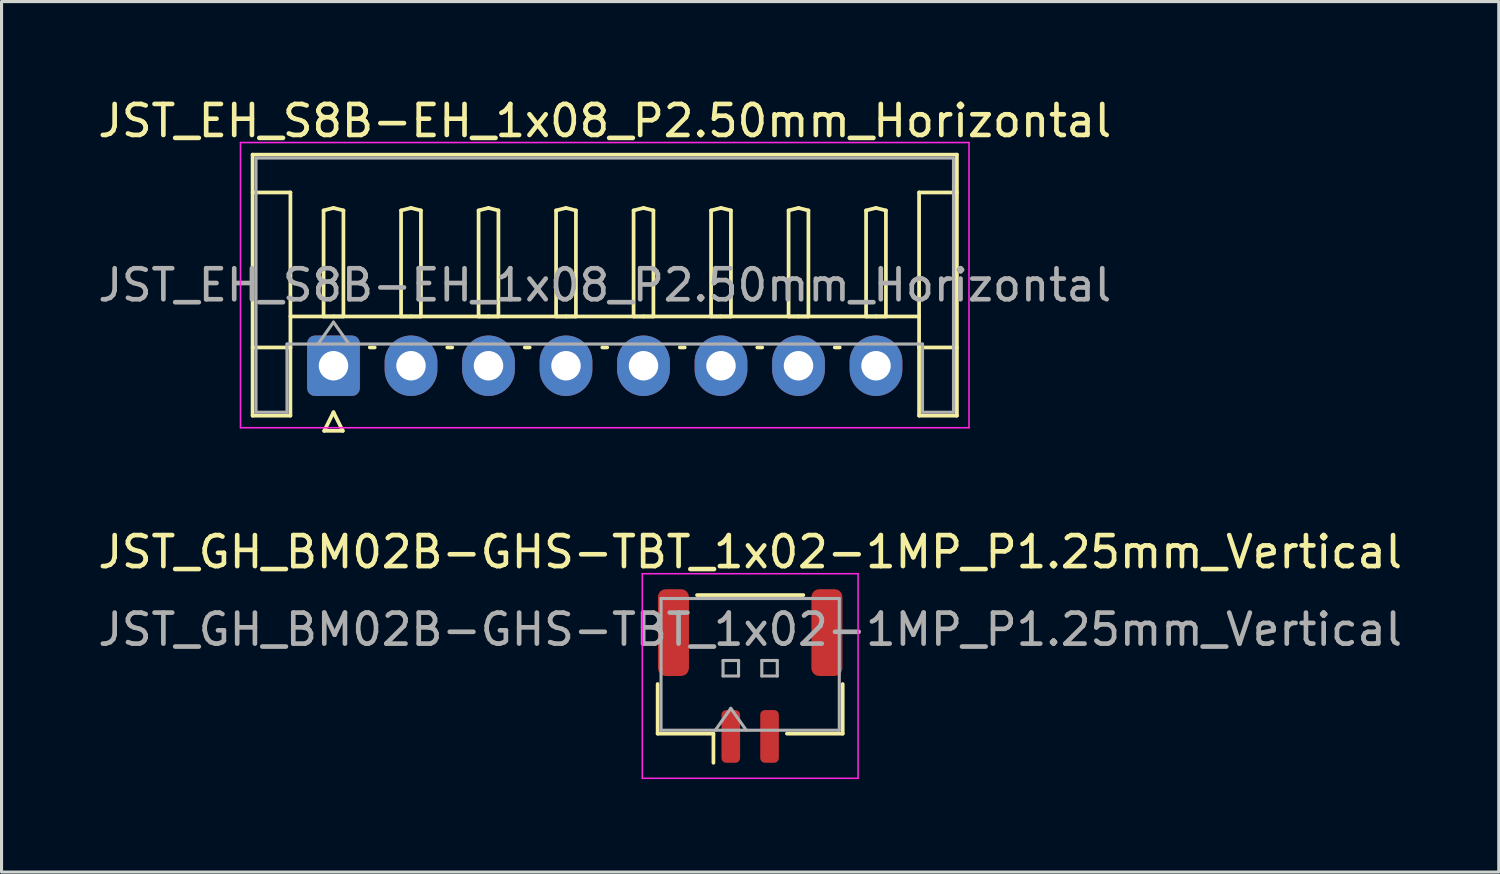
<source format=kicad_pcb>
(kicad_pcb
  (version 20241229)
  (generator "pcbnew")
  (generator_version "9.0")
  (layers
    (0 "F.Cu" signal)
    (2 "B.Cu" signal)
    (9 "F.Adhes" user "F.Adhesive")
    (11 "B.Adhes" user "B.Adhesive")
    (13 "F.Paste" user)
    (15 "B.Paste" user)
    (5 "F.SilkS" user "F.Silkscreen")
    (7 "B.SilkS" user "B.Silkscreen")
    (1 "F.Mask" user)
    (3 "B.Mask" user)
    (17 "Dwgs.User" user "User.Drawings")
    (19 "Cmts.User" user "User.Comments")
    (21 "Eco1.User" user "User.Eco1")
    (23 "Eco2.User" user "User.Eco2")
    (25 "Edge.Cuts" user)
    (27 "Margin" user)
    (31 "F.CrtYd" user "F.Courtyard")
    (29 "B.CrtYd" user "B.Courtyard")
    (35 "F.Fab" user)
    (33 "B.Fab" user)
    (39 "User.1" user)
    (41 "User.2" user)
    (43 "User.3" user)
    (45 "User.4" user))
  (footprint "JST_GH_BM02B-GHS-TBT_1x02-1MP_P1.25mm_Vertical"
    (layer "F.Cu")
    (at 21.149 18.756)
    (property "Reference" "JST_GH_BM02B-GHS-TBT_1x02-1MP_P1.25mm_Vertical" (at 0 -4 0) (layer "F.SilkS") (effects (font (size 1 1) (thickness 0.15))))
    (attr smd)
    (fp_line (start -2.985 0.26) (end -2.985 1.86) (stroke (width 0.12) (type solid)) (layer "F.SilkS"))
    (fp_line (start -2.985 1.86) (end -1.185 1.86) (stroke (width 0.12) (type solid)) (layer "F.SilkS"))
    (fp_line (start -1.715 -2.61) (end 1.715 -2.61) (stroke (width 0.12) (type solid)) (layer "F.SilkS"))
    (fp_line (start -1.185 1.86) (end -1.185 2.8) (stroke (width 0.12) (type solid)) (layer "F.SilkS"))
    (fp_line (start 2.985 0.26) (end 2.985 1.86) (stroke (width 0.12) (type solid)) (layer "F.SilkS"))
    (fp_line (start 2.985 1.86) (end 1.185 1.86) (stroke (width 0.12) (type solid)) (layer "F.SilkS"))
    (fp_line (start -3.48 -3.3) (end -3.48 3.3) (stroke (width 0.05) (type solid)) (layer "F.CrtYd"))
    (fp_line (start -3.48 3.3) (end 3.48 3.3) (stroke (width 0.05) (type solid)) (layer "F.CrtYd"))
    (fp_line (start 3.48 -3.3) (end -3.48 -3.3) (stroke (width 0.05) (type solid)) (layer "F.CrtYd"))
    (fp_line (start 3.48 3.3) (end 3.48 -3.3) (stroke (width 0.05) (type solid)) (layer "F.CrtYd"))
    (fp_line (start -2.875 -2.5) (end 2.875 -2.5) (stroke (width 0.1) (type solid)) (layer "F.Fab"))
    (fp_line (start -2.875 1.75) (end -2.875 -2.5) (stroke (width 0.1) (type solid)) (layer "F.Fab"))
    (fp_line (start -2.875 1.75) (end 2.875 1.75) (stroke (width 0.1) (type solid)) (layer "F.Fab"))
    (fp_line (start -1.125 1.75) (end -0.625 1.043) (stroke (width 0.1) (type solid)) (layer "F.Fab"))
    (fp_line (start -0.875 -0.5) (end -0.875 0) (stroke (width 0.1) (type solid)) (layer "F.Fab"))
    (fp_line (start -0.875 0) (end -0.375 0) (stroke (width 0.1) (type solid)) (layer "F.Fab"))
    (fp_line (start -0.625 1.043) (end -0.125 1.75) (stroke (width 0.1) (type solid)) (layer "F.Fab"))
    (fp_line (start -0.375 -0.5) (end -0.875 -0.5) (stroke (width 0.1) (type solid)) (layer "F.Fab"))
    (fp_line (start -0.375 0) (end -0.375 -0.5) (stroke (width 0.1) (type solid)) (layer "F.Fab"))
    (fp_line (start 0.375 -0.5) (end 0.375 0) (stroke (width 0.1) (type solid)) (layer "F.Fab"))
    (fp_line (start 0.375 0) (end 0.875 0) (stroke (width 0.1) (type solid)) (layer "F.Fab"))
    (fp_line (start 0.875 -0.5) (end 0.375 -0.5) (stroke (width 0.1) (type solid)) (layer "F.Fab"))
    (fp_line (start 0.875 0) (end 0.875 -0.5) (stroke (width 0.1) (type solid)) (layer "F.Fab"))
    (fp_line (start 2.875 1.75) (end 2.875 -2.5) (stroke (width 0.1) (type solid)) (layer "F.Fab"))
    (fp_text user "${REFERENCE}" (at 0 -1.5 0) (layer "F.Fab") (effects (font (size 1 1) (thickness 0.15))))
    (pad "1" smd roundrect (at -0.625 1.95) (size 0.6 1.7) (layers "F.Cu" "F.Mask" "F.Paste") (roundrect_rratio 0.25))
    (pad "2" smd roundrect (at 0.625 1.95) (size 0.6 1.7) (layers "F.Cu" "F.Mask" "F.Paste") (roundrect_rratio 0.25))
    (pad "MP" smd roundrect (at -2.475 -1.4) (size 1 2.8) (layers "F.Cu" "F.Mask" "F.Paste") (roundrect_rratio 0.25))
    (pad "MP" smd roundrect (at 2.475 -1.4) (size 1 2.8) (layers "F.Cu" "F.Mask" "F.Paste") (roundrect_rratio 0.25)))
  (footprint "JST_EH_S8B-EH_1x08_P2.50mm_Horizontal"
    (layer "F.Cu")
    (at 7.708 8.748)
    (property "Reference" "JST_EH_S8B-EH_1x08_P2.50mm_Horizontal" (at 8.75 -7.9 0) (layer "F.SilkS") (effects (font (size 1 1) (thickness 0.15))))
    (attr through_hole)
    (fp_line (start -2.61 -6.81) (end 20.11 -6.81) (stroke (width 0.12) (type solid)) (layer "F.SilkS"))
    (fp_line (start -2.61 -5.59) (end -1.39 -5.59) (stroke (width 0.12) (type solid)) (layer "F.SilkS"))
    (fp_line (start -2.61 1.61) (end -2.61 -6.81) (stroke (width 0.12) (type solid)) (layer "F.SilkS"))
    (fp_line (start -1.39 -5.59) (end -1.39 -0.59) (stroke (width 0.12) (type solid)) (layer "F.SilkS"))
    (fp_line (start -1.39 -1.59) (end 18.89 -1.59) (stroke (width 0.12) (type solid)) (layer "F.SilkS"))
    (fp_line (start -1.39 -0.59) (end -2.61 -0.59) (stroke (width 0.12) (type solid)) (layer "F.SilkS"))
    (fp_line (start -1.39 -0.59) (end -1.39 1.61) (stroke (width 0.12) (type solid)) (layer "F.SilkS"))
    (fp_line (start -1.39 1.61) (end -2.61 1.61) (stroke (width 0.12) (type solid)) (layer "F.SilkS"))
    (fp_line (start -0.32 -5.01) (end 0 -5.09) (stroke (width 0.12) (type solid)) (layer "F.SilkS"))
    (fp_line (start -0.32 -1.59) (end -0.32 -5.01) (stroke (width 0.12) (type solid)) (layer "F.SilkS"))
    (fp_line (start -0.3 2.1) (end 0.3 2.1) (stroke (width 0.12) (type solid)) (layer "F.SilkS"))
    (fp_line (start 0 -5.09) (end 0.32 -5.01) (stroke (width 0.12) (type solid)) (layer "F.SilkS"))
    (fp_line (start 0 -1.59) (end -0.32 -1.59) (stroke (width 0.12) (type solid)) (layer "F.SilkS"))
    (fp_line (start 0 1.5) (end -0.3 2.1) (stroke (width 0.12) (type solid)) (layer "F.SilkS"))
    (fp_line (start 0.3 2.1) (end 0 1.5) (stroke (width 0.12) (type solid)) (layer "F.SilkS"))
    (fp_line (start 0.32 -5.01) (end 0.32 -1.59) (stroke (width 0.12) (type solid)) (layer "F.SilkS"))
    (fp_line (start 0.32 -1.59) (end 0 -1.59) (stroke (width 0.12) (type solid)) (layer "F.SilkS"))
    (fp_line (start 1.17 -0.59) (end 1.33 -0.59) (stroke (width 0.12) (type solid)) (layer "F.SilkS"))
    (fp_line (start 2.18 -5.01) (end 2.5 -5.09) (stroke (width 0.12) (type solid)) (layer "F.SilkS"))
    (fp_line (start 2.18 -1.59) (end 2.18 -5.01) (stroke (width 0.12) (type solid)) (layer "F.SilkS"))
    (fp_line (start 2.5 -5.09) (end 2.82 -5.01) (stroke (width 0.12) (type solid)) (layer "F.SilkS"))
    (fp_line (start 2.5 -1.59) (end 2.18 -1.59) (stroke (width 0.12) (type solid)) (layer "F.SilkS"))
    (fp_line (start 2.82 -5.01) (end 2.82 -1.59) (stroke (width 0.12) (type solid)) (layer "F.SilkS"))
    (fp_line (start 2.82 -1.59) (end 2.5 -1.59) (stroke (width 0.12) (type solid)) (layer "F.SilkS"))
    (fp_line (start 3.67 -0.59) (end 3.83 -0.59) (stroke (width 0.12) (type solid)) (layer "F.SilkS"))
    (fp_line (start 4.68 -5.01) (end 5 -5.09) (stroke (width 0.12) (type solid)) (layer "F.SilkS"))
    (fp_line (start 4.68 -1.59) (end 4.68 -5.01) (stroke (width 0.12) (type solid)) (layer "F.SilkS"))
    (fp_line (start 5 -5.09) (end 5.32 -5.01) (stroke (width 0.12) (type solid)) (layer "F.SilkS"))
    (fp_line (start 5 -1.59) (end 4.68 -1.59) (stroke (width 0.12) (type solid)) (layer "F.SilkS"))
    (fp_line (start 5.32 -5.01) (end 5.32 -1.59) (stroke (width 0.12) (type solid)) (layer "F.SilkS"))
    (fp_line (start 5.32 -1.59) (end 5 -1.59) (stroke (width 0.12) (type solid)) (layer "F.SilkS"))
    (fp_line (start 6.17 -0.59) (end 6.33 -0.59) (stroke (width 0.12) (type solid)) (layer "F.SilkS"))
    (fp_line (start 7.18 -5.01) (end 7.5 -5.09) (stroke (width 0.12) (type solid)) (layer "F.SilkS"))
    (fp_line (start 7.18 -1.59) (end 7.18 -5.01) (stroke (width 0.12) (type solid)) (layer "F.SilkS"))
    (fp_line (start 7.5 -5.09) (end 7.82 -5.01) (stroke (width 0.12) (type solid)) (layer "F.SilkS"))
    (fp_line (start 7.5 -1.59) (end 7.18 -1.59) (stroke (width 0.12) (type solid)) (layer "F.SilkS"))
    (fp_line (start 7.82 -5.01) (end 7.82 -1.59) (stroke (width 0.12) (type solid)) (layer "F.SilkS"))
    (fp_line (start 7.82 -1.59) (end 7.5 -1.59) (stroke (width 0.12) (type solid)) (layer "F.SilkS"))
    (fp_line (start 8.67 -0.59) (end 8.83 -0.59) (stroke (width 0.12) (type solid)) (layer "F.SilkS"))
    (fp_line (start 9.68 -5.01) (end 10 -5.09) (stroke (width 0.12) (type solid)) (layer "F.SilkS"))
    (fp_line (start 9.68 -1.59) (end 9.68 -5.01) (stroke (width 0.12) (type solid)) (layer "F.SilkS"))
    (fp_line (start 10 -5.09) (end 10.32 -5.01) (stroke (width 0.12) (type solid)) (layer "F.SilkS"))
    (fp_line (start 10 -1.59) (end 9.68 -1.59) (stroke (width 0.12) (type solid)) (layer "F.SilkS"))
    (fp_line (start 10.32 -5.01) (end 10.32 -1.59) (stroke (width 0.12) (type solid)) (layer "F.SilkS"))
    (fp_line (start 10.32 -1.59) (end 10 -1.59) (stroke (width 0.12) (type solid)) (layer "F.SilkS"))
    (fp_line (start 11.17 -0.59) (end 11.33 -0.59) (stroke (width 0.12) (type solid)) (layer "F.SilkS"))
    (fp_line (start 12.18 -5.01) (end 12.5 -5.09) (stroke (width 0.12) (type solid)) (layer "F.SilkS"))
    (fp_line (start 12.18 -1.59) (end 12.18 -5.01) (stroke (width 0.12) (type solid)) (layer "F.SilkS"))
    (fp_line (start 12.5 -5.09) (end 12.82 -5.01) (stroke (width 0.12) (type solid)) (layer "F.SilkS"))
    (fp_line (start 12.5 -1.59) (end 12.18 -1.59) (stroke (width 0.12) (type solid)) (layer "F.SilkS"))
    (fp_line (start 12.82 -5.01) (end 12.82 -1.59) (stroke (width 0.12) (type solid)) (layer "F.SilkS"))
    (fp_line (start 12.82 -1.59) (end 12.5 -1.59) (stroke (width 0.12) (type solid)) (layer "F.SilkS"))
    (fp_line (start 13.67 -0.59) (end 13.83 -0.59) (stroke (width 0.12) (type solid)) (layer "F.SilkS"))
    (fp_line (start 14.68 -5.01) (end 15 -5.09) (stroke (width 0.12) (type solid)) (layer "F.SilkS"))
    (fp_line (start 14.68 -1.59) (end 14.68 -5.01) (stroke (width 0.12) (type solid)) (layer "F.SilkS"))
    (fp_line (start 15 -5.09) (end 15.32 -5.01) (stroke (width 0.12) (type solid)) (layer "F.SilkS"))
    (fp_line (start 15 -1.59) (end 14.68 -1.59) (stroke (width 0.12) (type solid)) (layer "F.SilkS"))
    (fp_line (start 15.32 -5.01) (end 15.32 -1.59) (stroke (width 0.12) (type solid)) (layer "F.SilkS"))
    (fp_line (start 15.32 -1.59) (end 15 -1.59) (stroke (width 0.12) (type solid)) (layer "F.SilkS"))
    (fp_line (start 16.17 -0.59) (end 16.33 -0.59) (stroke (width 0.12) (type solid)) (layer "F.SilkS"))
    (fp_line (start 17.18 -5.01) (end 17.5 -5.09) (stroke (width 0.12) (type solid)) (layer "F.SilkS"))
    (fp_line (start 17.18 -1.59) (end 17.18 -5.01) (stroke (width 0.12) (type solid)) (layer "F.SilkS"))
    (fp_line (start 17.5 -5.09) (end 17.82 -5.01) (stroke (width 0.12) (type solid)) (layer "F.SilkS"))
    (fp_line (start 17.5 -1.59) (end 17.18 -1.59) (stroke (width 0.12) (type solid)) (layer "F.SilkS"))
    (fp_line (start 17.82 -5.01) (end 17.82 -1.59) (stroke (width 0.12) (type solid)) (layer "F.SilkS"))
    (fp_line (start 17.82 -1.59) (end 17.5 -1.59) (stroke (width 0.12) (type solid)) (layer "F.SilkS"))
    (fp_line (start 18.89 -5.59) (end 18.89 -0.59) (stroke (width 0.12) (type solid)) (layer "F.SilkS"))
    (fp_line (start 18.89 -0.59) (end 20.11 -0.59) (stroke (width 0.12) (type solid)) (layer "F.SilkS"))
    (fp_line (start 18.89 1.61) (end 18.89 -0.59) (stroke (width 0.12) (type solid)) (layer "F.SilkS"))
    (fp_line (start 20.11 -6.81) (end 20.11 1.61) (stroke (width 0.12) (type solid)) (layer "F.SilkS"))
    (fp_line (start 20.11 -5.59) (end 18.89 -5.59) (stroke (width 0.12) (type solid)) (layer "F.SilkS"))
    (fp_line (start 20.11 1.61) (end 18.89 1.61) (stroke (width 0.12) (type solid)) (layer "F.SilkS"))
    (fp_line (start -3 -7.2) (end -3 2) (stroke (width 0.05) (type solid)) (layer "F.CrtYd"))
    (fp_line (start -3 2) (end 20.5 2) (stroke (width 0.05) (type solid)) (layer "F.CrtYd"))
    (fp_line (start 20.5 -7.2) (end -3 -7.2) (stroke (width 0.05) (type solid)) (layer "F.CrtYd"))
    (fp_line (start 20.5 2) (end 20.5 -7.2) (stroke (width 0.05) (type solid)) (layer "F.CrtYd"))
    (fp_line (start -2.5 -6.7) (end 20 -6.7) (stroke (width 0.1) (type solid)) (layer "F.Fab"))
    (fp_line (start -2.5 1.5) (end -2.5 -6.7) (stroke (width 0.1) (type solid)) (layer "F.Fab"))
    (fp_line (start -1.5 -0.7) (end -1.5 1.5) (stroke (width 0.1) (type solid)) (layer "F.Fab"))
    (fp_line (start -1.5 1.5) (end -2.5 1.5) (stroke (width 0.1) (type solid)) (layer "F.Fab"))
    (fp_line (start -0.5 -0.7) (end 0 -1.407) (stroke (width 0.1) (type solid)) (layer "F.Fab"))
    (fp_line (start 0 -1.407) (end 0.5 -0.7) (stroke (width 0.1) (type solid)) (layer "F.Fab"))
    (fp_line (start 19 -0.7) (end -1.5 -0.7) (stroke (width 0.1) (type solid)) (layer "F.Fab"))
    (fp_line (start 19 1.5) (end 19 -0.7) (stroke (width 0.1) (type solid)) (layer "F.Fab"))
    (fp_line (start 20 -6.7) (end 20 1.5) (stroke (width 0.1) (type solid)) (layer "F.Fab"))
    (fp_line (start 20 1.5) (end 19 1.5) (stroke (width 0.1) (type solid)) (layer "F.Fab"))
    (fp_text user "${REFERENCE}" (at 8.75 -2.6 0) (layer "F.Fab") (effects (font (size 1 1) (thickness 0.15))))
    (pad "1" thru_hole roundrect (at 0 0) (size 1.7 1.95) (drill 0.95) (layers "*.Cu" "*.Mask") (roundrect_rratio 0.147))
    (pad "2" thru_hole oval (at 2.5 0) (size 1.7 1.95) (drill 0.95) (layers "*.Cu" "*.Mask"))
    (pad "3" thru_hole oval (at 5 0) (size 1.7 1.95) (drill 0.95) (layers "*.Cu" "*.Mask"))
    (pad "4" thru_hole oval (at 7.5 0) (size 1.7 1.95) (drill 0.95) (layers "*.Cu" "*.Mask"))
    (pad "5" thru_hole oval (at 10 0) (size 1.7 1.95) (drill 0.95) (layers "*.Cu" "*.Mask"))
    (pad "6" thru_hole oval (at 12.5 0) (size 1.7 1.95) (drill 0.95) (layers "*.Cu" "*.Mask"))
    (pad "7" thru_hole oval (at 15 0) (size 1.7 1.95) (drill 0.95) (layers "*.Cu" "*.Mask"))
    (pad "8" thru_hole oval (at 17.5 0) (size 1.7 1.95) (drill 0.95) (layers "*.Cu" "*.Mask")))
  (gr_rect
    (start -3 -3)
    (end 45.298 25.081)
    (stroke (width 0.1) (type default))
    (fill no)
    (layer "Edge.Cuts")))
</source>
